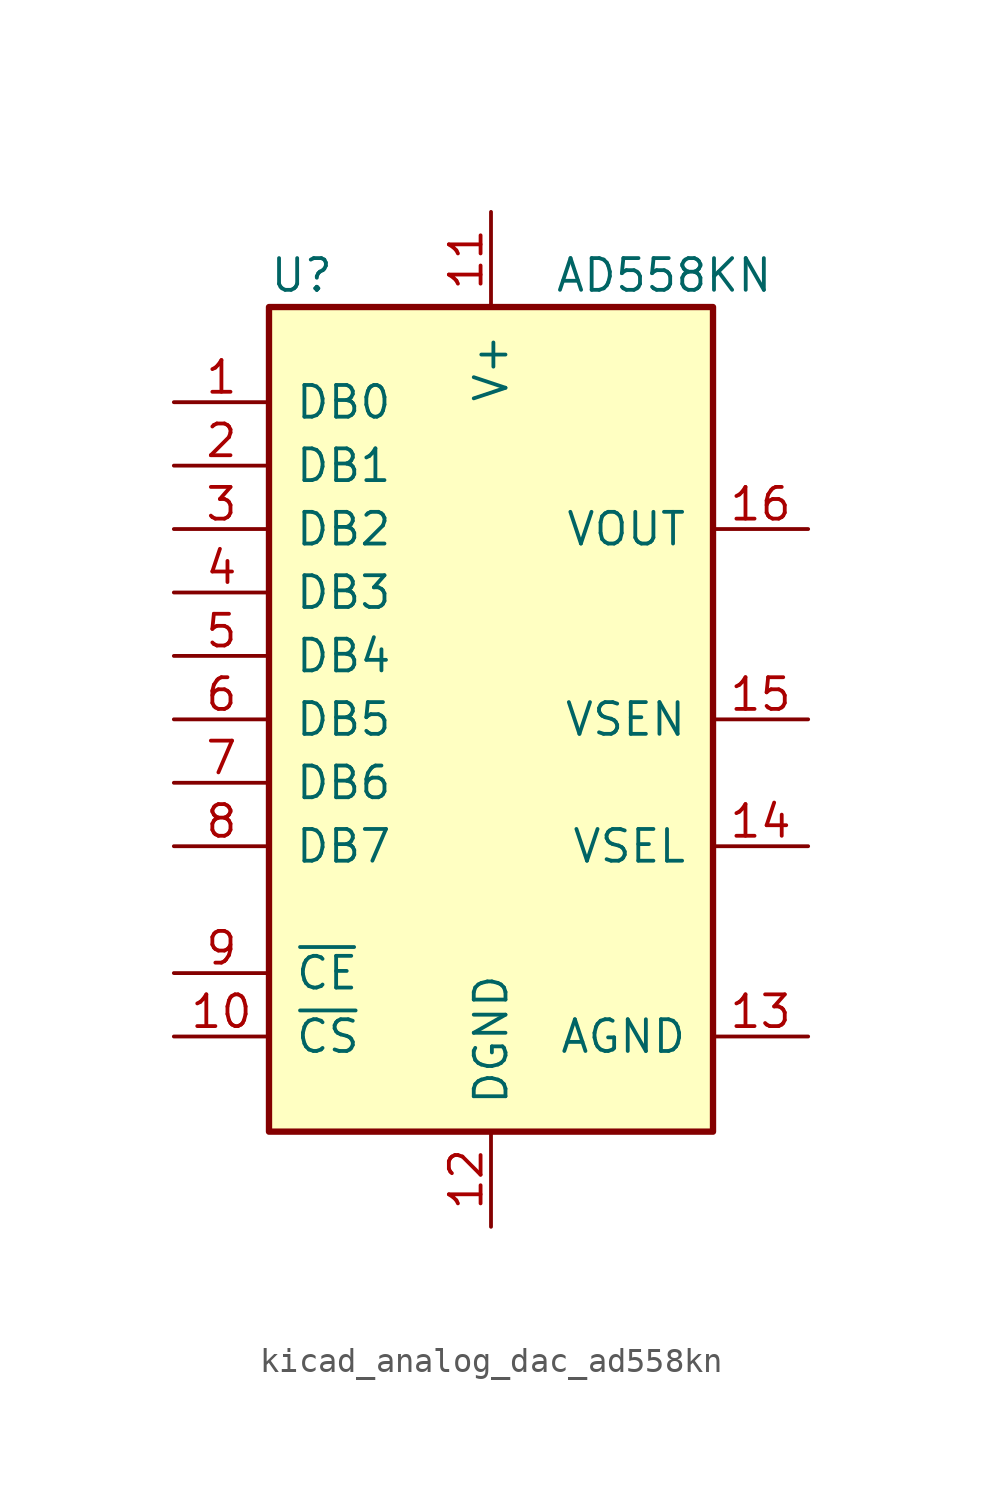
<source format=kicad_sym>
(kicad_symbol_lib
  (version 20220914)
  (generator kicad_symbol_editor)
  (symbol "kicad_analog_dac_ad558kn"
    (pin_names
      (offset 1.016))
    (property "Reference" "U"
      (at -8.89 17.78 0)
      (effects (font (size 1.27 1.27)) (justify left)))
    (property "Value" "AD558KN"
      (at 2.54 17.78 0)
      (effects (font (size 1.27 1.27)) (justify left)))
    (symbol "kicad_analog_dac_ad558kn_0_1"
      (rectangle (start -8.89 -16.51) (end 8.89 16.51) (stroke (width 0.254) (type default)) (fill (type background))))
    (symbol "kicad_analog_dac_ad558kn_1_1"
      (pin input line (at -12.7 12.7 0) (length 3.81) (name "DB0" (effects (font (size 1.27 1.27)))) (number "1" (effects (font (size 1.27 1.27)))))
      (pin input line (at -12.7 -12.7 0) (length 3.81) (name "~{CS}" (effects (font (size 1.27 1.27)))) (number "10" (effects (font (size 1.27 1.27)))))
      (pin power_in line (at 0 20.32 270) (length 3.81) (name "V+" (effects (font (size 1.27 1.27)))) (number "11" (effects (font (size 1.27 1.27)))))
      (pin power_in line (at 0 -20.32 90) (length 3.81) (name "DGND" (effects (font (size 1.27 1.27)))) (number "12" (effects (font (size 1.27 1.27)))))
      (pin power_in line (at 12.7 -12.7 180) (length 3.81) (name "AGND" (effects (font (size 1.27 1.27)))) (number "13" (effects (font (size 1.27 1.27)))))
      (pin input line (at 12.7 -5.08 180) (length 3.81) (name "VSEL" (effects (font (size 1.27 1.27)))) (number "14" (effects (font (size 1.27 1.27)))))
      (pin input line (at 12.7 0 180) (length 3.81) (name "VSEN" (effects (font (size 1.27 1.27)))) (number "15" (effects (font (size 1.27 1.27)))))
      (pin output line (at 12.7 7.62 180) (length 3.81) (name "VOUT" (effects (font (size 1.27 1.27)))) (number "16" (effects (font (size 1.27 1.27)))))
      (pin input line (at -12.7 10.16 0) (length 3.81) (name "DB1" (effects (font (size 1.27 1.27)))) (number "2" (effects (font (size 1.27 1.27)))))
      (pin input line (at -12.7 7.62 0) (length 3.81) (name "DB2" (effects (font (size 1.27 1.27)))) (number "3" (effects (font (size 1.27 1.27)))))
      (pin input line (at -12.7 5.08 0) (length 3.81) (name "DB3" (effects (font (size 1.27 1.27)))) (number "4" (effects (font (size 1.27 1.27)))))
      (pin input line (at -12.7 2.54 0) (length 3.81) (name "DB4" (effects (font (size 1.27 1.27)))) (number "5" (effects (font (size 1.27 1.27)))))
      (pin input line (at -12.7 0 0) (length 3.81) (name "DB5" (effects (font (size 1.27 1.27)))) (number "6" (effects (font (size 1.27 1.27)))))
      (pin input line (at -12.7 -2.54 0) (length 3.81) (name "DB6" (effects (font (size 1.27 1.27)))) (number "7" (effects (font (size 1.27 1.27)))))
      (pin input line (at -12.7 -5.08 0) (length 3.81) (name "DB7" (effects (font (size 1.27 1.27)))) (number "8" (effects (font (size 1.27 1.27)))))
      (pin input line (at -12.7 -10.16 0) (length 3.81) (name "~{CE}" (effects (font (size 1.27 1.27)))) (number "9" (effects (font (size 1.27 1.27))))))))
</source>
